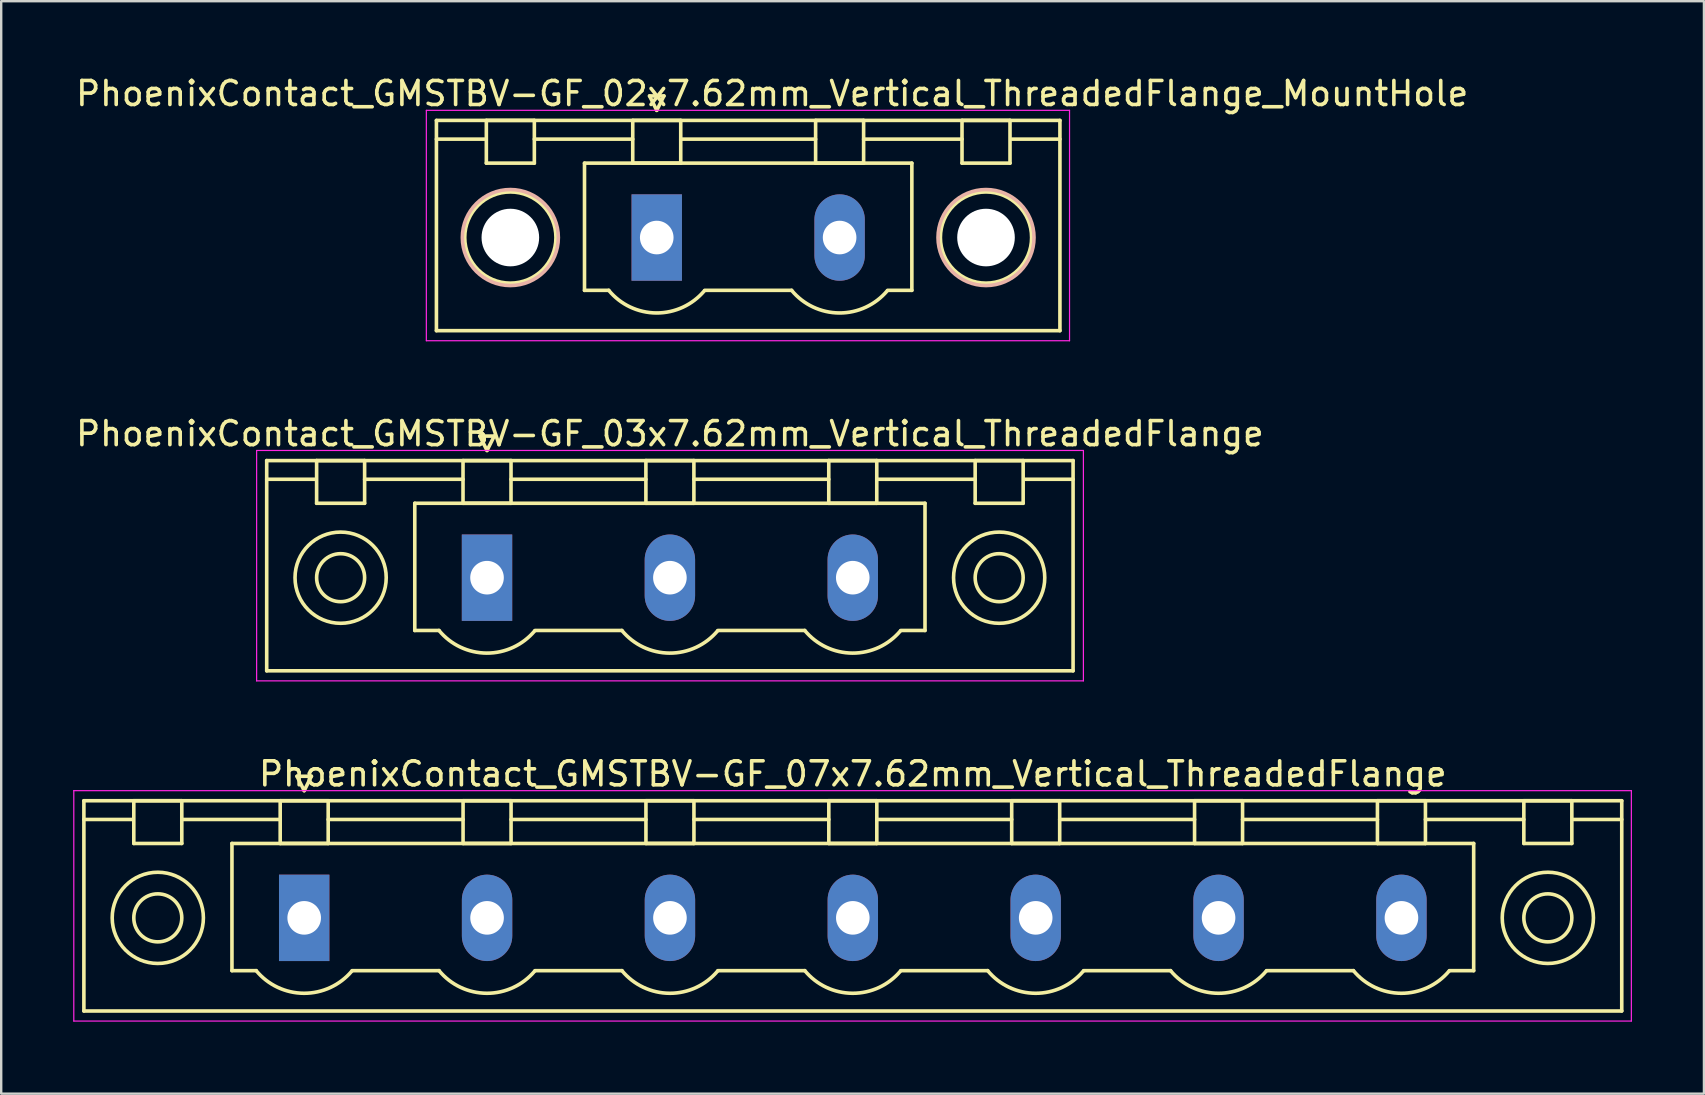
<source format=kicad_pcb>
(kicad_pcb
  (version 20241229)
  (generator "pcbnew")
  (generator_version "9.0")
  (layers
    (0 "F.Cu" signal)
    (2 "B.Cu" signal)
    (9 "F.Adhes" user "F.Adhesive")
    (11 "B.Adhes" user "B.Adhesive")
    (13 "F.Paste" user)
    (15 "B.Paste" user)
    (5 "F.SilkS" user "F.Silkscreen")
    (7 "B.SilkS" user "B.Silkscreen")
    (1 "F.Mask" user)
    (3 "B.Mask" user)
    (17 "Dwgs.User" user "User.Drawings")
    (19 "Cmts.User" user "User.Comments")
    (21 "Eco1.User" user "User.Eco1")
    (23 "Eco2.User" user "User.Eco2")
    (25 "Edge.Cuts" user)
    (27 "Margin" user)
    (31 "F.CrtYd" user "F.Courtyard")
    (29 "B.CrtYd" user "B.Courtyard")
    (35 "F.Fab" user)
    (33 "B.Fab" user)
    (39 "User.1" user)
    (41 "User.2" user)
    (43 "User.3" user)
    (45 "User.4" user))
  (footprint "PhoenixContact_GMSTBV-GF_03x7.62mm_Vertical_ThreadedFlange"
    (layer "F.Cu")
    (at 17.243 21.021)
    (property "Reference" "PhoenixContact_GMSTBV-GF_03x7.62mm_Vertical_ThreadedFlange" (at 7.62 -6 0) (layer "F.SilkS") (effects (font (size 1 1) (thickness 0.15))))
    (attr through_hole)
    (fp_line (start -9.18 -4.88) (end -9.18 3.88) (stroke (width 0.15) (type solid)) (layer "F.SilkS"))
    (fp_line (start -9.18 -4.1) (end -7.18 -4.1) (stroke (width 0.15) (type solid)) (layer "F.SilkS"))
    (fp_line (start -9.18 3.88) (end 24.42 3.88) (stroke (width 0.15) (type solid)) (layer "F.SilkS"))
    (fp_line (start -7.1 -4.88) (end -5.1 -4.88) (stroke (width 0.15) (type solid)) (layer "F.SilkS"))
    (fp_line (start -7.1 -3.1) (end -7.1 -4.88) (stroke (width 0.15) (type solid)) (layer "F.SilkS"))
    (fp_line (start -5.1 -4.88) (end -5.1 -3.1) (stroke (width 0.15) (type solid)) (layer "F.SilkS"))
    (fp_line (start -5.1 -4.1) (end -1 -4.1) (stroke (width 0.15) (type solid)) (layer "F.SilkS"))
    (fp_line (start -5.1 -3.1) (end -7.1 -3.1) (stroke (width 0.15) (type solid)) (layer "F.SilkS"))
    (fp_line (start -3.01 -3.1) (end 18.25 -3.1) (stroke (width 0.15) (type solid)) (layer "F.SilkS"))
    (fp_line (start -3.01 2.2) (end -3.01 -3.1) (stroke (width 0.15) (type solid)) (layer "F.SilkS"))
    (fp_line (start -2 2.2) (end -3.01 2.2) (stroke (width 0.15) (type solid)) (layer "F.SilkS"))
    (fp_line (start -1 -4.88) (end 1 -4.88) (stroke (width 0.15) (type solid)) (layer "F.SilkS"))
    (fp_line (start -1 -3.1) (end -1 -4.88) (stroke (width 0.15) (type solid)) (layer "F.SilkS"))
    (fp_line (start -0.3 -5.9) (end 0 -5.3) (stroke (width 0.15) (type solid)) (layer "F.SilkS"))
    (fp_line (start 0 -5.3) (end 0.3 -5.9) (stroke (width 0.15) (type solid)) (layer "F.SilkS"))
    (fp_line (start 0.3 -5.9) (end -0.3 -5.9) (stroke (width 0.15) (type solid)) (layer "F.SilkS"))
    (fp_line (start 1 -4.88) (end 1 -3.1) (stroke (width 0.15) (type solid)) (layer "F.SilkS"))
    (fp_line (start 1 -4.1) (end 6.62 -4.1) (stroke (width 0.15) (type solid)) (layer "F.SilkS"))
    (fp_line (start 1 -3.1) (end -1 -3.1) (stroke (width 0.15) (type solid)) (layer "F.SilkS"))
    (fp_line (start 2 2.2) (end 5.62 2.2) (stroke (width 0.15) (type solid)) (layer "F.SilkS"))
    (fp_line (start 6.62 -4.88) (end 8.62 -4.88) (stroke (width 0.15) (type solid)) (layer "F.SilkS"))
    (fp_line (start 6.62 -3.1) (end 6.62 -4.88) (stroke (width 0.15) (type solid)) (layer "F.SilkS"))
    (fp_line (start 8.62 -4.88) (end 8.62 -3.1) (stroke (width 0.15) (type solid)) (layer "F.SilkS"))
    (fp_line (start 8.62 -4.1) (end 14.24 -4.1) (stroke (width 0.15) (type solid)) (layer "F.SilkS"))
    (fp_line (start 8.62 -3.1) (end 6.62 -3.1) (stroke (width 0.15) (type solid)) (layer "F.SilkS"))
    (fp_line (start 9.62 2.2) (end 13.24 2.2) (stroke (width 0.15) (type solid)) (layer "F.SilkS"))
    (fp_line (start 14.24 -4.88) (end 16.24 -4.88) (stroke (width 0.15) (type solid)) (layer "F.SilkS"))
    (fp_line (start 14.24 -3.1) (end 14.24 -4.88) (stroke (width 0.15) (type solid)) (layer "F.SilkS"))
    (fp_line (start 16.24 -4.88) (end 16.24 -3.1) (stroke (width 0.15) (type solid)) (layer "F.SilkS"))
    (fp_line (start 16.24 -4.1) (end 20.34 -4.1) (stroke (width 0.15) (type solid)) (layer "F.SilkS"))
    (fp_line (start 16.24 -3.1) (end 14.24 -3.1) (stroke (width 0.15) (type solid)) (layer "F.SilkS"))
    (fp_line (start 18.25 -3.1) (end 18.25 2.2) (stroke (width 0.15) (type solid)) (layer "F.SilkS"))
    (fp_line (start 18.25 2.2) (end 17.24 2.2) (stroke (width 0.15) (type solid)) (layer "F.SilkS"))
    (fp_line (start 20.34 -4.88) (end 22.34 -4.88) (stroke (width 0.15) (type solid)) (layer "F.SilkS"))
    (fp_line (start 20.34 -3.1) (end 20.34 -4.88) (stroke (width 0.15) (type solid)) (layer "F.SilkS"))
    (fp_line (start 22.34 -4.88) (end 22.34 -3.1) (stroke (width 0.15) (type solid)) (layer "F.SilkS"))
    (fp_line (start 22.34 -3.1) (end 20.34 -3.1) (stroke (width 0.15) (type solid)) (layer "F.SilkS"))
    (fp_line (start 24.42 -4.88) (end -9.18 -4.88) (stroke (width 0.15) (type solid)) (layer "F.SilkS"))
    (fp_line (start 24.42 -4.1) (end 22.42 -4.1) (stroke (width 0.15) (type solid)) (layer "F.SilkS"))
    (fp_line (start 24.42 3.88) (end 24.42 -4.88) (stroke (width 0.15) (type solid)) (layer "F.SilkS"))
    (fp_arc (start 1.986842 2.215821) (mid -0.010289 3.142758) (end -2 2.2) (stroke (width 0.15) (type solid)) (layer "F.SilkS"))
    (fp_arc (start 9.606842 2.215821) (mid 7.609711 3.142758) (end 5.62 2.2) (stroke (width 0.15) (type solid)) (layer "F.SilkS"))
    (fp_arc (start 17.226842 2.215821) (mid 15.229711 3.142758) (end 13.24 2.2) (stroke (width 0.15) (type solid)) (layer "F.SilkS"))
    (fp_circle (center -6.1 0) (end -5.1 0) (stroke (width 0.15) (type solid)) (fill no) (layer "F.SilkS"))
    (fp_circle (center -6.1 0) (end -4.2 0) (stroke (width 0.15) (type solid)) (fill no) (layer "F.SilkS"))
    (fp_circle (center 21.34 0) (end 22.34 0) (stroke (width 0.15) (type solid)) (fill no) (layer "F.SilkS"))
    (fp_circle (center 21.34 0) (end 23.24 0) (stroke (width 0.15) (type solid)) (fill no) (layer "F.SilkS"))
    (fp_line (start -9.6 -5.3) (end -9.6 4.3) (stroke (width 0.05) (type solid)) (layer "F.CrtYd"))
    (fp_line (start -9.6 4.3) (end 24.85 4.3) (stroke (width 0.05) (type solid)) (layer "F.CrtYd"))
    (fp_line (start 24.85 -5.3) (end -9.6 -5.3) (stroke (width 0.05) (type solid)) (layer "F.CrtYd"))
    (fp_line (start 24.85 4.3) (end 24.85 -5.3) (stroke (width 0.05) (type solid)) (layer "F.CrtYd"))
    (pad "1" thru_hole rect (at 0 0) (size 2.1 3.6) (drill 1.4) (layers "*.Cu" "*.Mask"))
    (pad "2" thru_hole oval (at 7.62 0) (size 2.1 3.6) (drill 1.4) (layers "*.Cu" "*.Mask"))
    (pad "3" thru_hole oval (at 15.24 0) (size 2.1 3.6) (drill 1.4) (layers "*.Cu" "*.Mask")))
  (footprint "PhoenixContact_GMSTBV-GF_07x7.62mm_Vertical_ThreadedFlange"
    (layer "F.Cu")
    (at 9.625 35.195)
    (property "Reference" "PhoenixContact_GMSTBV-GF_07x7.62mm_Vertical_ThreadedFlange" (at 22.86 -6 0) (layer "F.SilkS") (effects (font (size 1 1) (thickness 0.15))))
    (attr through_hole)
    (fp_line (start -9.18 -4.88) (end -9.18 3.88) (stroke (width 0.15) (type solid)) (layer "F.SilkS"))
    (fp_line (start -9.18 -4.1) (end -7.18 -4.1) (stroke (width 0.15) (type solid)) (layer "F.SilkS"))
    (fp_line (start -9.18 3.88) (end 54.9 3.88) (stroke (width 0.15) (type solid)) (layer "F.SilkS"))
    (fp_line (start -7.1 -4.88) (end -5.1 -4.88) (stroke (width 0.15) (type solid)) (layer "F.SilkS"))
    (fp_line (start -7.1 -3.1) (end -7.1 -4.88) (stroke (width 0.15) (type solid)) (layer "F.SilkS"))
    (fp_line (start -5.1 -4.88) (end -5.1 -3.1) (stroke (width 0.15) (type solid)) (layer "F.SilkS"))
    (fp_line (start -5.1 -4.1) (end -1 -4.1) (stroke (width 0.15) (type solid)) (layer "F.SilkS"))
    (fp_line (start -5.1 -3.1) (end -7.1 -3.1) (stroke (width 0.15) (type solid)) (layer "F.SilkS"))
    (fp_line (start -3.01 -3.1) (end 48.73 -3.1) (stroke (width 0.15) (type solid)) (layer "F.SilkS"))
    (fp_line (start -3.01 2.2) (end -3.01 -3.1) (stroke (width 0.15) (type solid)) (layer "F.SilkS"))
    (fp_line (start -2 2.2) (end -3.01 2.2) (stroke (width 0.15) (type solid)) (layer "F.SilkS"))
    (fp_line (start -1 -4.88) (end 1 -4.88) (stroke (width 0.15) (type solid)) (layer "F.SilkS"))
    (fp_line (start -1 -3.1) (end -1 -4.88) (stroke (width 0.15) (type solid)) (layer "F.SilkS"))
    (fp_line (start -0.3 -5.9) (end 0 -5.3) (stroke (width 0.15) (type solid)) (layer "F.SilkS"))
    (fp_line (start 0 -5.3) (end 0.3 -5.9) (stroke (width 0.15) (type solid)) (layer "F.SilkS"))
    (fp_line (start 0.3 -5.9) (end -0.3 -5.9) (stroke (width 0.15) (type solid)) (layer "F.SilkS"))
    (fp_line (start 1 -4.88) (end 1 -3.1) (stroke (width 0.15) (type solid)) (layer "F.SilkS"))
    (fp_line (start 1 -4.1) (end 6.62 -4.1) (stroke (width 0.15) (type solid)) (layer "F.SilkS"))
    (fp_line (start 1 -3.1) (end -1 -3.1) (stroke (width 0.15) (type solid)) (layer "F.SilkS"))
    (fp_line (start 2 2.2) (end 5.62 2.2) (stroke (width 0.15) (type solid)) (layer "F.SilkS"))
    (fp_line (start 6.62 -4.88) (end 8.62 -4.88) (stroke (width 0.15) (type solid)) (layer "F.SilkS"))
    (fp_line (start 6.62 -3.1) (end 6.62 -4.88) (stroke (width 0.15) (type solid)) (layer "F.SilkS"))
    (fp_line (start 8.62 -4.88) (end 8.62 -3.1) (stroke (width 0.15) (type solid)) (layer "F.SilkS"))
    (fp_line (start 8.62 -4.1) (end 14.24 -4.1) (stroke (width 0.15) (type solid)) (layer "F.SilkS"))
    (fp_line (start 8.62 -3.1) (end 6.62 -3.1) (stroke (width 0.15) (type solid)) (layer "F.SilkS"))
    (fp_line (start 9.62 2.2) (end 13.24 2.2) (stroke (width 0.15) (type solid)) (layer "F.SilkS"))
    (fp_line (start 14.24 -4.88) (end 16.24 -4.88) (stroke (width 0.15) (type solid)) (layer "F.SilkS"))
    (fp_line (start 14.24 -3.1) (end 14.24 -4.88) (stroke (width 0.15) (type solid)) (layer "F.SilkS"))
    (fp_line (start 16.24 -4.88) (end 16.24 -3.1) (stroke (width 0.15) (type solid)) (layer "F.SilkS"))
    (fp_line (start 16.24 -4.1) (end 21.86 -4.1) (stroke (width 0.15) (type solid)) (layer "F.SilkS"))
    (fp_line (start 16.24 -3.1) (end 14.24 -3.1) (stroke (width 0.15) (type solid)) (layer "F.SilkS"))
    (fp_line (start 17.24 2.2) (end 20.86 2.2) (stroke (width 0.15) (type solid)) (layer "F.SilkS"))
    (fp_line (start 21.86 -4.88) (end 23.86 -4.88) (stroke (width 0.15) (type solid)) (layer "F.SilkS"))
    (fp_line (start 21.86 -3.1) (end 21.86 -4.88) (stroke (width 0.15) (type solid)) (layer "F.SilkS"))
    (fp_line (start 23.86 -4.88) (end 23.86 -3.1) (stroke (width 0.15) (type solid)) (layer "F.SilkS"))
    (fp_line (start 23.86 -4.1) (end 29.48 -4.1) (stroke (width 0.15) (type solid)) (layer "F.SilkS"))
    (fp_line (start 23.86 -3.1) (end 21.86 -3.1) (stroke (width 0.15) (type solid)) (layer "F.SilkS"))
    (fp_line (start 24.86 2.2) (end 28.48 2.2) (stroke (width 0.15) (type solid)) (layer "F.SilkS"))
    (fp_line (start 29.48 -4.88) (end 31.48 -4.88) (stroke (width 0.15) (type solid)) (layer "F.SilkS"))
    (fp_line (start 29.48 -3.1) (end 29.48 -4.88) (stroke (width 0.15) (type solid)) (layer "F.SilkS"))
    (fp_line (start 31.48 -4.88) (end 31.48 -3.1) (stroke (width 0.15) (type solid)) (layer "F.SilkS"))
    (fp_line (start 31.48 -4.1) (end 37.1 -4.1) (stroke (width 0.15) (type solid)) (layer "F.SilkS"))
    (fp_line (start 31.48 -3.1) (end 29.48 -3.1) (stroke (width 0.15) (type solid)) (layer "F.SilkS"))
    (fp_line (start 32.48 2.2) (end 36.1 2.2) (stroke (width 0.15) (type solid)) (layer "F.SilkS"))
    (fp_line (start 37.1 -4.88) (end 39.1 -4.88) (stroke (width 0.15) (type solid)) (layer "F.SilkS"))
    (fp_line (start 37.1 -3.1) (end 37.1 -4.88) (stroke (width 0.15) (type solid)) (layer "F.SilkS"))
    (fp_line (start 39.1 -4.88) (end 39.1 -3.1) (stroke (width 0.15) (type solid)) (layer "F.SilkS"))
    (fp_line (start 39.1 -4.1) (end 44.72 -4.1) (stroke (width 0.15) (type solid)) (layer "F.SilkS"))
    (fp_line (start 39.1 -3.1) (end 37.1 -3.1) (stroke (width 0.15) (type solid)) (layer "F.SilkS"))
    (fp_line (start 40.1 2.2) (end 43.72 2.2) (stroke (width 0.15) (type solid)) (layer "F.SilkS"))
    (fp_line (start 44.72 -4.88) (end 46.72 -4.88) (stroke (width 0.15) (type solid)) (layer "F.SilkS"))
    (fp_line (start 44.72 -3.1) (end 44.72 -4.88) (stroke (width 0.15) (type solid)) (layer "F.SilkS"))
    (fp_line (start 46.72 -4.88) (end 46.72 -3.1) (stroke (width 0.15) (type solid)) (layer "F.SilkS"))
    (fp_line (start 46.72 -4.1) (end 50.82 -4.1) (stroke (width 0.15) (type solid)) (layer "F.SilkS"))
    (fp_line (start 46.72 -3.1) (end 44.72 -3.1) (stroke (width 0.15) (type solid)) (layer "F.SilkS"))
    (fp_line (start 48.73 -3.1) (end 48.73 2.2) (stroke (width 0.15) (type solid)) (layer "F.SilkS"))
    (fp_line (start 48.73 2.2) (end 47.72 2.2) (stroke (width 0.15) (type solid)) (layer "F.SilkS"))
    (fp_line (start 50.82 -4.88) (end 52.82 -4.88) (stroke (width 0.15) (type solid)) (layer "F.SilkS"))
    (fp_line (start 50.82 -3.1) (end 50.82 -4.88) (stroke (width 0.15) (type solid)) (layer "F.SilkS"))
    (fp_line (start 52.82 -4.88) (end 52.82 -3.1) (stroke (width 0.15) (type solid)) (layer "F.SilkS"))
    (fp_line (start 52.82 -3.1) (end 50.82 -3.1) (stroke (width 0.15) (type solid)) (layer "F.SilkS"))
    (fp_line (start 54.9 -4.88) (end -9.18 -4.88) (stroke (width 0.15) (type solid)) (layer "F.SilkS"))
    (fp_line (start 54.9 -4.1) (end 52.9 -4.1) (stroke (width 0.15) (type solid)) (layer "F.SilkS"))
    (fp_line (start 54.9 3.88) (end 54.9 -4.88) (stroke (width 0.15) (type solid)) (layer "F.SilkS"))
    (fp_arc (start 1.986842 2.215821) (mid -0.010289 3.142758) (end -2 2.2) (stroke (width 0.15) (type solid)) (layer "F.SilkS"))
    (fp_arc (start 9.606842 2.215821) (mid 7.609711 3.142758) (end 5.62 2.2) (stroke (width 0.15) (type solid)) (layer "F.SilkS"))
    (fp_arc (start 17.226842 2.215821) (mid 15.229711 3.142758) (end 13.24 2.2) (stroke (width 0.15) (type solid)) (layer "F.SilkS"))
    (fp_arc (start 24.846842 2.215821) (mid 22.849711 3.142758) (end 20.86 2.2) (stroke (width 0.15) (type solid)) (layer "F.SilkS"))
    (fp_arc (start 32.466842 2.215821) (mid 30.469711 3.142758) (end 28.48 2.2) (stroke (width 0.15) (type solid)) (layer "F.SilkS"))
    (fp_arc (start 40.086842 2.215821) (mid 38.089711 3.142758) (end 36.1 2.2) (stroke (width 0.15) (type solid)) (layer "F.SilkS"))
    (fp_arc (start 47.706842 2.215821) (mid 45.709711 3.142758) (end 43.72 2.2) (stroke (width 0.15) (type solid)) (layer "F.SilkS"))
    (fp_circle (center -6.1 0) (end -5.1 0) (stroke (width 0.15) (type solid)) (fill no) (layer "F.SilkS"))
    (fp_circle (center -6.1 0) (end -4.2 0) (stroke (width 0.15) (type solid)) (fill no) (layer "F.SilkS"))
    (fp_circle (center 51.82 0) (end 52.82 0) (stroke (width 0.15) (type solid)) (fill no) (layer "F.SilkS"))
    (fp_circle (center 51.82 0) (end 53.72 0) (stroke (width 0.15) (type solid)) (fill no) (layer "F.SilkS"))
    (fp_line (start -9.6 -5.3) (end -9.6 4.3) (stroke (width 0.05) (type solid)) (layer "F.CrtYd"))
    (fp_line (start -9.6 4.3) (end 55.3 4.3) (stroke (width 0.05) (type solid)) (layer "F.CrtYd"))
    (fp_line (start 55.3 -5.3) (end -9.6 -5.3) (stroke (width 0.05) (type solid)) (layer "F.CrtYd"))
    (fp_line (start 55.3 4.3) (end 55.3 -5.3) (stroke (width 0.05) (type solid)) (layer "F.CrtYd"))
    (pad "1" thru_hole rect (at 0 0) (size 2.1 3.6) (drill 1.4) (layers "*.Cu" "*.Mask"))
    (pad "2" thru_hole oval (at 7.62 0) (size 2.1 3.6) (drill 1.4) (layers "*.Cu" "*.Mask"))
    (pad "3" thru_hole oval (at 15.24 0) (size 2.1 3.6) (drill 1.4) (layers "*.Cu" "*.Mask"))
    (pad "4" thru_hole oval (at 22.86 0) (size 2.1 3.6) (drill 1.4) (layers "*.Cu" "*.Mask"))
    (pad "5" thru_hole oval (at 30.48 0) (size 2.1 3.6) (drill 1.4) (layers "*.Cu" "*.Mask"))
    (pad "6" thru_hole oval (at 38.1 0) (size 2.1 3.6) (drill 1.4) (layers "*.Cu" "*.Mask"))
    (pad "7" thru_hole oval (at 45.72 0) (size 2.1 3.6) (drill 1.4) (layers "*.Cu" "*.Mask")))
  (footprint "PhoenixContact_GMSTBV-GF_02x7.62mm_Vertical_ThreadedFlange_MountHole"
    (layer "F.Cu")
    (at 24.315 6.848)
    (property "Reference" "PhoenixContact_GMSTBV-GF_02x7.62mm_Vertical_ThreadedFlange_MountHole" (at 4.81 -6 0) (layer "F.SilkS") (effects (font (size 1 1) (thickness 0.15))))
    (attr through_hole)
    (fp_line (start -9.18 -4.88) (end -9.18 3.88) (stroke (width 0.15) (type solid)) (layer "F.SilkS"))
    (fp_line (start -9.18 -4.1) (end -7.18 -4.1) (stroke (width 0.15) (type solid)) (layer "F.SilkS"))
    (fp_line (start -9.18 3.88) (end 16.8 3.88) (stroke (width 0.15) (type solid)) (layer "F.SilkS"))
    (fp_line (start -7.1 -4.88) (end -5.1 -4.88) (stroke (width 0.15) (type solid)) (layer "F.SilkS"))
    (fp_line (start -7.1 -3.1) (end -7.1 -4.88) (stroke (width 0.15) (type solid)) (layer "F.SilkS"))
    (fp_line (start -5.1 -4.88) (end -5.1 -3.1) (stroke (width 0.15) (type solid)) (layer "F.SilkS"))
    (fp_line (start -5.1 -4.1) (end -1 -4.1) (stroke (width 0.15) (type solid)) (layer "F.SilkS"))
    (fp_line (start -5.1 -3.1) (end -7.1 -3.1) (stroke (width 0.15) (type solid)) (layer "F.SilkS"))
    (fp_line (start -3.01 -3.1) (end 10.63 -3.1) (stroke (width 0.15) (type solid)) (layer "F.SilkS"))
    (fp_line (start -3.01 2.2) (end -3.01 -3.1) (stroke (width 0.15) (type solid)) (layer "F.SilkS"))
    (fp_line (start -2 2.2) (end -3.01 2.2) (stroke (width 0.15) (type solid)) (layer "F.SilkS"))
    (fp_line (start -1 -4.88) (end 1 -4.88) (stroke (width 0.15) (type solid)) (layer "F.SilkS"))
    (fp_line (start -1 -3.1) (end -1 -4.88) (stroke (width 0.15) (type solid)) (layer "F.SilkS"))
    (fp_line (start -0.3 -5.9) (end 0 -5.3) (stroke (width 0.15) (type solid)) (layer "F.SilkS"))
    (fp_line (start 0 -5.3) (end 0.3 -5.9) (stroke (width 0.15) (type solid)) (layer "F.SilkS"))
    (fp_line (start 0.3 -5.9) (end -0.3 -5.9) (stroke (width 0.15) (type solid)) (layer "F.SilkS"))
    (fp_line (start 1 -4.88) (end 1 -3.1) (stroke (width 0.15) (type solid)) (layer "F.SilkS"))
    (fp_line (start 1 -4.1) (end 6.62 -4.1) (stroke (width 0.15) (type solid)) (layer "F.SilkS"))
    (fp_line (start 1 -3.1) (end -1 -3.1) (stroke (width 0.15) (type solid)) (layer "F.SilkS"))
    (fp_line (start 2 2.2) (end 5.62 2.2) (stroke (width 0.15) (type solid)) (layer "F.SilkS"))
    (fp_line (start 6.62 -4.88) (end 8.62 -4.88) (stroke (width 0.15) (type solid)) (layer "F.SilkS"))
    (fp_line (start 6.62 -3.1) (end 6.62 -4.88) (stroke (width 0.15) (type solid)) (layer "F.SilkS"))
    (fp_line (start 8.62 -4.88) (end 8.62 -3.1) (stroke (width 0.15) (type solid)) (layer "F.SilkS"))
    (fp_line (start 8.62 -4.1) (end 12.72 -4.1) (stroke (width 0.15) (type solid)) (layer "F.SilkS"))
    (fp_line (start 8.62 -3.1) (end 6.62 -3.1) (stroke (width 0.15) (type solid)) (layer "F.SilkS"))
    (fp_line (start 10.63 -3.1) (end 10.63 2.2) (stroke (width 0.15) (type solid)) (layer "F.SilkS"))
    (fp_line (start 10.63 2.2) (end 9.62 2.2) (stroke (width 0.15) (type solid)) (layer "F.SilkS"))
    (fp_line (start 12.72 -4.88) (end 14.72 -4.88) (stroke (width 0.15) (type solid)) (layer "F.SilkS"))
    (fp_line (start 12.72 -3.1) (end 12.72 -4.88) (stroke (width 0.15) (type solid)) (layer "F.SilkS"))
    (fp_line (start 14.72 -4.88) (end 14.72 -3.1) (stroke (width 0.15) (type solid)) (layer "F.SilkS"))
    (fp_line (start 14.72 -3.1) (end 12.72 -3.1) (stroke (width 0.15) (type solid)) (layer "F.SilkS"))
    (fp_line (start 16.8 -4.88) (end -9.18 -4.88) (stroke (width 0.15) (type solid)) (layer "F.SilkS"))
    (fp_line (start 16.8 -4.1) (end 14.8 -4.1) (stroke (width 0.15) (type solid)) (layer "F.SilkS"))
    (fp_line (start 16.8 3.88) (end 16.8 -4.88) (stroke (width 0.15) (type solid)) (layer "F.SilkS"))
    (fp_arc (start 1.986842 2.215821) (mid -0.010289 3.142758) (end -2 2.2) (stroke (width 0.15) (type solid)) (layer "F.SilkS"))
    (fp_arc (start 9.606842 2.215821) (mid 7.609711 3.142758) (end 5.62 2.2) (stroke (width 0.15) (type solid)) (layer "F.SilkS"))
    (fp_circle (center -6.1 0) (end -4.2 0) (stroke (width 0.15) (type solid)) (fill no) (layer "F.SilkS"))
    (fp_circle (center 13.72 0) (end 15.62 0) (stroke (width 0.15) (type solid)) (fill no) (layer "F.SilkS"))
    (fp_circle (center -6.1 0) (end -4.1 0) (stroke (width 0.15) (type solid)) (fill no) (layer "B.SilkS"))
    (fp_circle (center 13.72 0) (end 15.72 0) (stroke (width 0.15) (type solid)) (fill no) (layer "B.SilkS"))
    (fp_line (start -9.6 -5.3) (end -9.6 4.3) (stroke (width 0.05) (type solid)) (layer "F.CrtYd"))
    (fp_line (start -9.6 4.3) (end 17.2 4.3) (stroke (width 0.05) (type solid)) (layer "F.CrtYd"))
    (fp_line (start 17.2 -5.3) (end -9.6 -5.3) (stroke (width 0.05) (type solid)) (layer "F.CrtYd"))
    (fp_line (start 17.2 4.3) (end 17.2 -5.3) (stroke (width 0.05) (type solid)) (layer "F.CrtYd"))
    (pad "" np_thru_hole circle (at -6.1 0) (size 2.4 2.4) (drill 2.4) (layers "*.Cu" "*.Mask"))
    (pad "" np_thru_hole circle (at 13.72 0) (size 2.4 2.4) (drill 2.4) (layers "*.Cu" "*.Mask"))
    (pad "1" thru_hole rect (at 0 0) (size 2.1 3.6) (drill 1.4) (layers "*.Cu" "*.Mask"))
    (pad "2" thru_hole oval (at 7.62 0) (size 2.1 3.6) (drill 1.4) (layers "*.Cu" "*.Mask")))
  (gr_rect
    (start -3 -3)
    (end 67.95 42.52)
    (stroke (width 0.1) (type default))
    (fill no)
    (layer "Edge.Cuts")))
</source>
